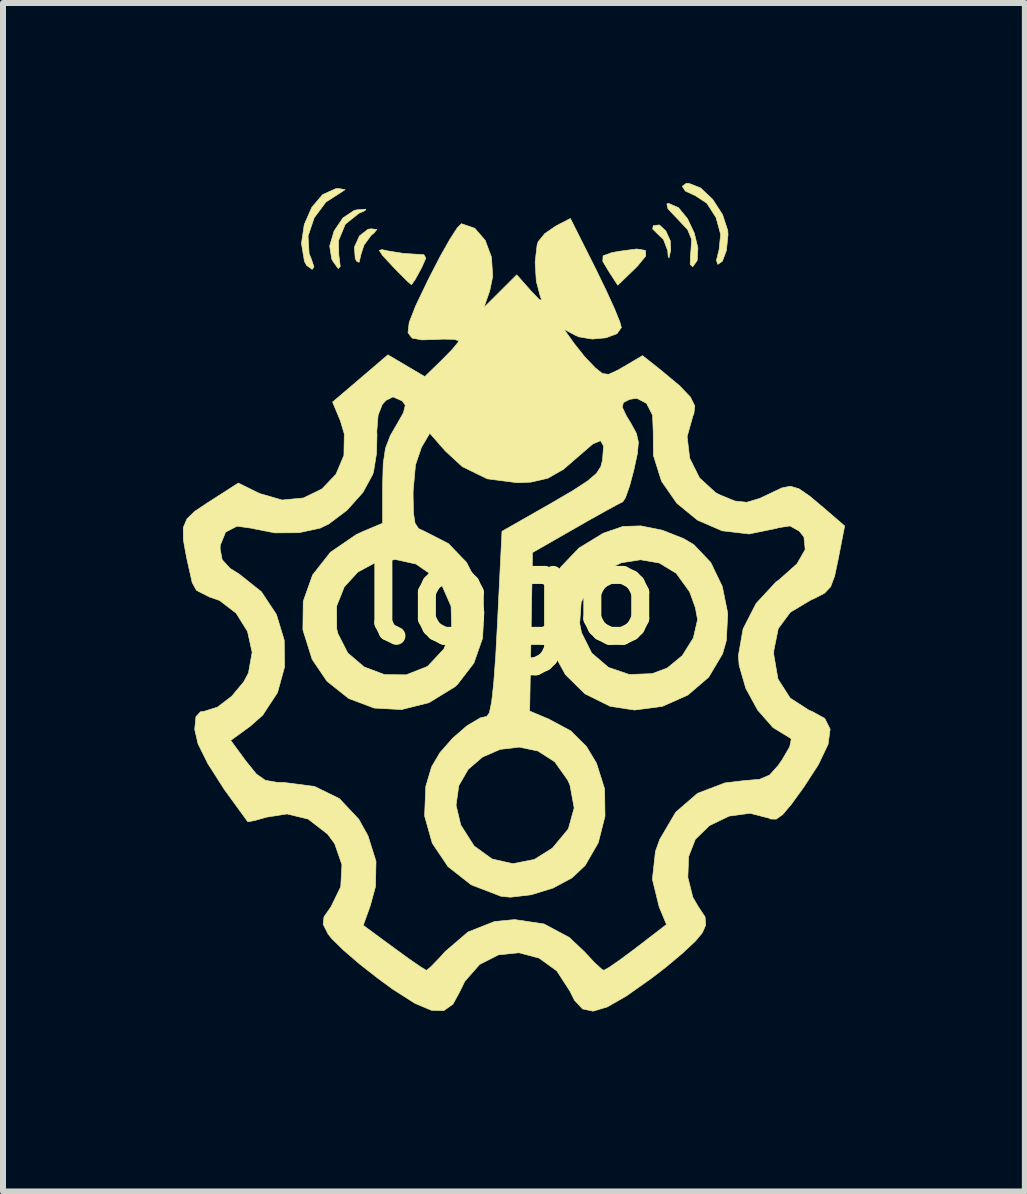
<source format=kicad_pcb>
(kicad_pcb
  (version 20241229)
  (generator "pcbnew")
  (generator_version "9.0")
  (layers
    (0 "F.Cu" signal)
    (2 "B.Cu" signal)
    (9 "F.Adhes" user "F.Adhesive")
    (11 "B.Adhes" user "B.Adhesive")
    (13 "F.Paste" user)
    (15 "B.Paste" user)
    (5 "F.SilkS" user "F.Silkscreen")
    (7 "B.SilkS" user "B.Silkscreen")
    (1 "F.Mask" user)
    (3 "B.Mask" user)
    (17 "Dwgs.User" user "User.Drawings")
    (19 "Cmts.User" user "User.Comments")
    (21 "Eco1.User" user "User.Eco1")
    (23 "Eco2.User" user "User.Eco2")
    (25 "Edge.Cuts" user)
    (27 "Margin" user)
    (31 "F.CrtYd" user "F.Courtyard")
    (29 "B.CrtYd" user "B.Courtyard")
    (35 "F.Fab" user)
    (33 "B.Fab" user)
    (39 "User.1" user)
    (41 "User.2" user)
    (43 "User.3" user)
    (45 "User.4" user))
  (footprint "logo"
    (layer "F.Cu")
    (at 5.445 6.86)
    (property "Reference" "logo" (at 0 0 0) (layer "F.SilkS") (effects (font (size 1.524 1.524) (thickness 0.3))))
    (attr through_hole)
    (fp_poly (pts (xy 2.266 -5.736) (xy 2.269 -5.642) (xy 2.129 -5.472) (xy 2.092 -5.435) (xy 1.803 -5.156) (xy 1.664 -5.369) (xy 1.553 -5.553) (xy 1.558 -5.646) (xy 1.698 -5.697) (xy 1.812 -5.719) (xy 2.115 -5.76) (xy 2.266 -5.736)) (stroke (width 0.01) (type solid)) (fill yes) (layer "F.SilkS"))
    (fp_poly (pts (xy 2.603 -6.062) (xy 2.677 -5.901) (xy 2.686 -5.747) (xy 2.657 -5.611) (xy 2.643 -5.637) (xy 2.636 -5.732) (xy 2.565 -5.918) (xy 2.477 -6.001) (xy 2.385 -6.094) (xy 2.395 -6.148) (xy 2.496 -6.161) (xy 2.603 -6.062)) (stroke (width 0.01) (type solid)) (fill yes) (layer "F.SilkS"))
    (fp_poly (pts (xy -2.214 -6.085) (xy -2.259 -6.027) (xy -2.306 -5.99) (xy -2.427 -5.826) (xy -2.477 -5.673) (xy -2.509 -5.537) (xy -2.551 -5.557) (xy -2.574 -5.603) (xy -2.587 -5.791) (xy -2.503 -5.977) (xy -2.361 -6.088) (xy -2.309 -6.096) (xy -2.214 -6.085)) (stroke (width 0.01) (type solid)) (fill yes) (layer "F.SilkS"))
    (fp_poly (pts (xy -2.412 -6.399) (xy -2.513 -6.354) (xy -2.739 -6.173) (xy -2.852 -5.899) (xy -2.847 -5.662) (xy -2.823 -5.469) (xy -2.857 -5.433) (xy -2.946 -5.556) (xy -2.965 -5.592) (xy -2.999 -5.81) (xy -2.926 -6.059) (xy -2.779 -6.277) (xy -2.59 -6.403) (xy -2.54 -6.413) (xy -2.396 -6.423) (xy -2.412 -6.399)) (stroke (width 0.01) (type solid)) (fill yes) (layer "F.SilkS"))
    (fp_poly (pts (xy 2.815 -6.448) (xy 2.964 -6.267) (xy 3.078 -6.026) (xy 3.139 -5.776) (xy 3.127 -5.568) (xy 3.053 -5.464) (xy 3.01 -5.501) (xy 3.015 -5.669) (xy 3.021 -5.711) (xy 3.034 -5.92) (xy 2.968 -6.081) (xy 2.796 -6.264) (xy 2.639 -6.431) (xy 2.621 -6.512) (xy 2.652 -6.519) (xy 2.815 -6.448)) (stroke (width 0.01) (type solid)) (fill yes) (layer "F.SilkS"))
    (fp_poly (pts (xy -2.032 -5.728) (xy -1.776 -5.686) (xy -1.585 -5.674) (xy -1.43 -5.665) (xy -1.396 -5.608) (xy -1.462 -5.457) (xy -1.482 -5.419) (xy -1.576 -5.248) (xy -1.634 -5.166) (xy -1.637 -5.165) (xy -1.703 -5.22) (xy -1.846 -5.363) (xy -1.952 -5.473) (xy -2.118 -5.652) (xy -2.173 -5.736) (xy -2.127 -5.749) (xy -2.032 -5.728)) (stroke (width 0.01) (type solid)) (fill yes) (layer "F.SilkS"))
    (fp_poly (pts (xy -2.743 -6.749) (xy -2.794 -6.714) (xy -3.062 -6.542) (xy -3.258 -6.279) (xy -3.36 -5.975) (xy -3.342 -5.682) (xy -3.307 -5.597) (xy -3.262 -5.463) (xy -3.29 -5.419) (xy -3.384 -5.486) (xy -3.42 -5.553) (xy -3.47 -5.852) (xy -3.423 -6.167) (xy -3.298 -6.453) (xy -3.116 -6.667) (xy -2.897 -6.765) (xy -2.85 -6.767) (xy -2.743 -6.749)) (stroke (width 0.01) (type solid)) (fill yes) (layer "F.SilkS"))
    (fp_poly (pts (xy 3.184 -6.777) (xy 3.386 -6.586) (xy 3.549 -6.333) (xy 3.636 -6.069) (xy 3.641 -5.999) (xy 3.614 -5.735) (xy 3.546 -5.555) (xy 3.47 -5.503) (xy 3.448 -5.571) (xy 3.488 -5.734) (xy 3.491 -5.74) (xy 3.518 -6.003) (xy 3.441 -6.284) (xy 3.289 -6.521) (xy 3.088 -6.654) (xy 3.08 -6.656) (xy 2.93 -6.725) (xy 2.878 -6.805) (xy 2.943 -6.853) (xy 2.985 -6.855) (xy 3.184 -6.777)) (stroke (width 0.01) (type solid)) (fill yes) (layer "F.SilkS"))
    (fp_poly (pts (xy 2.55 -1.07) (xy 2.902 -0.931) (xy 3.07 -0.831) (xy 3.352 -0.535) (xy 3.545 -0.136) (xy 3.636 0.314) (xy 3.613 0.767) (xy 3.55 0.989) (xy 3.318 1.379) (xy 2.97 1.677) (xy 2.546 1.865) (xy 2.081 1.926) (xy 1.676 1.864) (xy 1.256 1.656) (xy 0.93 1.335) (xy 0.711 0.935) (xy 0.61 0.491) (xy 0.611 0.482) (xy 1.168 0.482) (xy 1.198 0.635) (xy 1.369 0.977) (xy 1.648 1.215) (xy 1.996 1.334) (xy 2.376 1.319) (xy 2.627 1.226) (xy 2.879 1.018) (xy 3.063 0.724) (xy 3.133 0.419) (xy 3.097 0.222) (xy 3.009 -0.023) (xy 2.994 -0.054) (xy 2.777 -0.354) (xy 2.496 -0.525) (xy 2.181 -0.579) (xy 1.862 -0.529) (xy 1.571 -0.386) (xy 1.337 -0.162) (xy 1.193 0.131) (xy 1.168 0.482) (xy 0.611 0.482) (xy 0.64 0.036) (xy 0.813 -0.395) (xy 0.854 -0.459) (xy 1.157 -0.775) (xy 1.562 -1.022) (xy 1.887 -1.134) (xy 2.187 -1.144) (xy 2.55 -1.07)) (stroke (width 0.01) (type solid)) (fill yes) (layer "F.SilkS"))
    (fp_poly (pts (xy 1.438 -5.422) (xy 1.609 -5.069) (xy 1.748 -4.765) (xy 1.837 -4.544) (xy 1.863 -4.45) (xy 1.789 -4.347) (xy 1.607 -4.279) (xy 1.377 -4.258) (xy 1.157 -4.294) (xy 1.097 -4.32) (xy 0.906 -4.422) (xy 1.079 -4.18) (xy 1.254 -3.96) (xy 1.427 -3.779) (xy 1.546 -3.684) (xy 1.649 -3.67) (xy 1.802 -3.739) (xy 1.909 -3.801) (xy 2.216 -3.982) (xy 2.526 -3.736) (xy 2.832 -3.481) (xy 3.013 -3.292) (xy 3.087 -3.143) (xy 3.071 -3.011) (xy 3.055 -2.976) (xy 2.959 -2.632) (xy 3.002 -2.271) (xy 3.166 -1.943) (xy 3.434 -1.698) (xy 3.502 -1.662) (xy 3.756 -1.558) (xy 3.954 -1.537) (xy 4.172 -1.603) (xy 4.359 -1.692) (xy 4.539 -1.777) (xy 4.68 -1.805) (xy 4.823 -1.763) (xy 5.006 -1.637) (xy 5.271 -1.414) (xy 5.311 -1.379) (xy 5.585 -1.143) (xy 5.48 -0.602) (xy 5.418 -0.307) (xy 5.351 -0.129) (xy 5.247 -0.02) (xy 5.074 0.069) (xy 5.026 0.089) (xy 4.679 0.296) (xy 4.478 0.568) (xy 4.404 0.934) (xy 4.403 1.001) (xy 4.473 1.408) (xy 4.676 1.726) (xy 4.995 1.932) (xy 5.039 1.948) (xy 5.253 2.065) (xy 5.343 2.244) (xy 5.309 2.496) (xy 5.148 2.835) (xy 4.908 3.205) (xy 4.696 3.498) (xy 4.55 3.67) (xy 4.445 3.744) (xy 4.356 3.743) (xy 4.32 3.727) (xy 4.008 3.647) (xy 3.66 3.694) (xy 3.333 3.851) (xy 3.095 4.082) (xy 2.984 4.369) (xy 2.971 4.715) (xy 3.053 5.045) (xy 3.144 5.202) (xy 3.259 5.376) (xy 3.268 5.513) (xy 3.212 5.64) (xy 3.099 5.776) (xy 2.882 5.98) (xy 2.596 6.219) (xy 2.366 6.396) (xy 1.946 6.693) (xy 1.628 6.875) (xy 1.391 6.946) (xy 1.216 6.908) (xy 1.082 6.765) (xy 1.005 6.612) (xy 0.787 6.275) (xy 0.492 6.061) (xy 0.156 5.972) (xy -0.186 6.007) (xy -0.499 6.166) (xy -0.747 6.448) (xy -0.827 6.613) (xy -0.944 6.829) (xy -1.097 6.936) (xy -1.302 6.932) (xy -1.579 6.815) (xy -1.947 6.58) (xy -2.187 6.405) (xy -2.499 6.161) (xy -2.77 5.928) (xy -2.962 5.74) (xy -3.027 5.658) (xy -3.108 5.497) (xy -3.094 5.373) (xy -2.977 5.205) (xy -2.815 4.872) (xy -2.795 4.504) (xy -2.916 4.154) (xy -3.035 3.993) (xy -3.357 3.744) (xy -3.71 3.658) (xy -4.048 3.711) (xy -4.247 3.767) (xy -4.358 3.788) (xy -4.366 3.786) (xy -4.757 3.248) (xy -5.031 2.818) (xy -5.194 2.489) (xy -5.249 2.25) (xy -5.249 2.243) (xy -5.229 2.037) (xy -5.153 1.955) (xy -5.091 1.947) (xy -4.871 1.878) (xy -4.634 1.698) (xy -4.431 1.455) (xy -4.353 1.308) (xy -4.292 0.963) (xy -4.369 0.616) (xy -4.558 0.312) (xy -4.836 0.099) (xy -5.006 0.04) (xy -5.22 -0.069) (xy -5.291 -0.197) (xy -5.386 -0.621) (xy -5.412 -0.764) (xy -4.826 -0.764) (xy -4.792 -0.581) (xy -4.662 -0.437) (xy -4.507 -0.34) (xy -4.138 -0.046) (xy -3.887 0.333) (xy -3.757 0.762) (xy -3.751 1.207) (xy -3.869 1.635) (xy -4.116 2.012) (xy -4.324 2.196) (xy -4.649 2.432) (xy -4.392 2.782) (xy -4.221 2.993) (xy -4.073 3.097) (xy -3.882 3.131) (xy -3.766 3.133) (xy -3.253 3.199) (xy -2.839 3.401) (xy -2.515 3.745) (xy -2.361 4.022) (xy -2.227 4.448) (xy -2.236 4.871) (xy -2.324 5.192) (xy -2.44 5.515) (xy -1.93 5.89) (xy -1.681 6.071) (xy -1.488 6.204) (xy -1.39 6.264) (xy -1.385 6.265) (xy -1.314 6.207) (xy -1.171 6.06) (xy -1.078 5.956) (xy -0.694 5.626) (xy -0.252 5.451) (xy 0.085 5.419) (xy 0.574 5.492) (xy 0.995 5.717) (xy 1.248 5.956) (xy 1.415 6.136) (xy 1.538 6.248) (xy 1.57 6.265) (xy 1.657 6.217) (xy 1.841 6.09) (xy 2.082 5.911) (xy 2.118 5.883) (xy 2.615 5.501) (xy 2.493 5.208) (xy 2.38 4.747) (xy 2.431 4.283) (xy 2.502 4.084) (xy 2.769 3.629) (xy 3.133 3.314) (xy 3.591 3.14) (xy 3.904 3.103) (xy 4.166 3.081) (xy 4.332 3.011) (xy 4.475 2.853) (xy 4.543 2.755) (xy 4.669 2.539) (xy 4.695 2.412) (xy 4.675 2.391) (xy 4.392 2.219) (xy 4.135 1.927) (xy 3.937 1.564) (xy 3.826 1.18) (xy 3.814 1.016) (xy 3.892 0.573) (xy 4.109 0.149) (xy 4.437 -0.205) (xy 4.502 -0.254) (xy 4.791 -0.512) (xy 4.927 -0.75) (xy 4.906 -0.959) (xy 4.829 -1.056) (xy 4.673 -1.143) (xy 4.479 -1.113) (xy 4.451 -1.103) (xy 3.991 -1.009) (xy 3.542 -1.062) (xy 3.131 -1.24) (xy 2.786 -1.523) (xy 2.532 -1.889) (xy 2.397 -2.319) (xy 2.394 -2.714) (xy 2.383 -2.989) (xy 2.283 -3.186) (xy 2.12 -3.271) (xy 2.002 -3.253) (xy 1.897 -3.2) (xy 1.877 -3.124) (xy 1.945 -2.979) (xy 2.026 -2.846) (xy 2.114 -2.685) (xy 2.147 -2.538) (xy 2.129 -2.344) (xy 2.071 -2.075) (xy 1.999 -1.805) (xy 1.931 -1.613) (xy 1.887 -1.546) (xy 1.789 -1.496) (xy 1.58 -1.382) (xy 1.294 -1.222) (xy 1.101 -1.111) (xy 0.381 -0.699) (xy 0.358 0.622) (xy 0.334 1.943) (xy 0.651 2.076) (xy 1.019 2.273) (xy 1.281 2.534) (xy 1.448 2.812) (xy 1.583 3.239) (xy 1.59 3.696) (xy 1.478 4.138) (xy 1.259 4.517) (xy 1.038 4.725) (xy 0.724 4.893) (xy 0.358 5.006) (xy 0.013 5.046) (xy -0.145 5.03) (xy -0.641 4.839) (xy -1.026 4.537) (xy -1.289 4.146) (xy -1.417 3.692) (xy -1.41 3.512) (xy -0.893 3.512) (xy -0.814 3.843) (xy -0.592 4.192) (xy -0.292 4.409) (xy 0.053 4.487) (xy 0.412 4.417) (xy 0.714 4.227) (xy 0.979 3.907) (xy 1.076 3.558) (xy 1.007 3.18) (xy 0.97 3.095) (xy 0.752 2.789) (xy 0.472 2.609) (xy 0.159 2.544) (xy -0.158 2.582) (xy -0.451 2.709) (xy -0.691 2.915) (xy -0.847 3.186) (xy -0.893 3.512) (xy -1.41 3.512) (xy -1.397 3.198) (xy -1.3 2.872) (xy -1.161 2.636) (xy -0.948 2.394) (xy -0.709 2.187) (xy -0.487 2.056) (xy -0.381 2.032) (xy -0.338 1.974) (xy -0.3 1.793) (xy -0.265 1.477) (xy -0.231 1.013) (xy -0.203 0.489) (xy -0.127 -1.053) (xy 0.692 -1.52) (xy 1.058 -1.734) (xy 1.3 -1.892) (xy 1.446 -2.017) (xy 1.521 -2.132) (xy 1.549 -2.242) (xy 1.566 -2.476) (xy 1.516 -2.564) (xy 1.386 -2.509) (xy 1.197 -2.346) (xy 0.897 -2.086) (xy 0.637 -1.938) (xy 0.357 -1.873) (xy 0.13 -1.863) (xy -0.372 -1.928) (xy -0.788 -2.131) (xy -1.069 -2.39) (xy -1.331 -2.688) (xy -1.47 -2.453) (xy -1.569 -2.16) (xy -1.608 -1.729) (xy -1.609 -1.665) (xy -1.603 -1.363) (xy -1.577 -1.189) (xy -1.518 -1.099) (xy -1.418 -1.053) (xy -1.02 -0.849) (xy -0.718 -0.535) (xy -0.518 -0.144) (xy -0.427 0.288) (xy -0.451 0.729) (xy -0.596 1.144) (xy -0.87 1.5) (xy -0.918 1.542) (xy -1.344 1.803) (xy -1.801 1.918) (xy -2.258 1.893) (xy -2.683 1.733) (xy -3.045 1.445) (xy -3.292 1.08) (xy -3.446 0.589) (xy -3.441 0.194) (xy -2.884 0.194) (xy -2.882 0.571) (xy -2.864 0.649) (xy -2.698 0.975) (xy -2.424 1.208) (xy -2.085 1.335) (xy -1.724 1.339) (xy -1.384 1.205) (xy -1.358 1.188) (xy -1.095 0.907) (xy -0.966 0.562) (xy -0.976 0.195) (xy -1.128 -0.151) (xy -1.243 -0.289) (xy -1.561 -0.508) (xy -1.902 -0.583) (xy -2.235 -0.533) (xy -2.529 -0.375) (xy -2.756 -0.127) (xy -2.884 0.194) (xy -3.441 0.194) (xy -3.44 0.113) (xy -3.284 -0.326) (xy -2.987 -0.704) (xy -2.558 -0.998) (xy -2.434 -1.055) (xy -2.117 -1.188) (xy -2.117 -1.823) (xy -2.107 -2.184) (xy -2.069 -2.439) (xy -1.988 -2.649) (xy -1.897 -2.807) (xy -1.77 -3.029) (xy -1.739 -3.157) (xy -1.791 -3.227) (xy -1.944 -3.294) (xy -2.062 -3.235) (xy -2.123 -3.168) (xy -2.192 -2.99) (xy -2.214 -2.72) (xy -2.211 -2.659) (xy -2.219 -2.351) (xy -2.266 -2.058) (xy -2.281 -2.004) (xy -2.445 -1.702) (xy -2.71 -1.405) (xy -3.016 -1.175) (xy -3.159 -1.106) (xy -3.512 -1.03) (xy -3.913 -1.027) (xy -4.264 -1.096) (xy -4.276 -1.101) (xy -4.543 -1.139) (xy -4.735 -1.04) (xy -4.823 -0.821) (xy -4.826 -0.764) (xy -5.412 -0.764) (xy -5.439 -0.915) (xy -5.44 -1.116) (xy -5.378 -1.262) (xy -5.246 -1.388) (xy -5.032 -1.531) (xy -4.921 -1.602) (xy -4.522 -1.858) (xy -4.169 -1.684) (xy -3.792 -1.575) (xy -3.437 -1.609) (xy -3.129 -1.759) (xy -2.895 -2.004) (xy -2.762 -2.318) (xy -2.756 -2.678) (xy -2.822 -2.899) (xy -2.951 -3.208) (xy -2.49 -3.601) (xy -2.029 -3.995) (xy -1.414 -3.632) (xy -1.131 -3.907) (xy -0.962 -4.079) (xy -0.861 -4.201) (xy -0.847 -4.229) (xy -0.922 -4.253) (xy -1.111 -4.257) (xy -1.206 -4.252) (xy -1.463 -4.244) (xy -1.625 -4.274) (xy -1.694 -4.364) (xy -1.674 -4.535) (xy -1.567 -4.809) (xy -1.376 -5.208) (xy -1.341 -5.279) (xy -1.16 -5.63) (xy -0.998 -5.917) (xy -0.873 -6.111) (xy -0.804 -6.181) (xy -0.581 -6.105) (xy -0.407 -5.904) (xy -0.302 -5.622) (xy -0.282 -5.3) (xy -0.332 -5.061) (xy -0.428 -4.784) (xy -0.155 -5.056) (xy 0.119 -5.329) (xy 0.36 -5.056) (xy 0.497 -4.914) (xy 0.536 -4.908) (xy 0.512 -4.969) (xy 0.445 -5.222) (xy 0.425 -5.54) (xy 0.458 -5.824) (xy 0.476 -5.881) (xy 0.585 -6.015) (xy 0.771 -6.143) (xy 1.013 -6.268) (xy 1.438 -5.422)) (stroke (width 0.01) (type solid)) (fill yes) (layer "F.SilkS")))
  (gr_rect
    (start -3 -3)
    (end 14.034 16.811)
    (stroke (width 0.1) (type default))
    (fill no)
    (layer "Edge.Cuts")))
</source>
